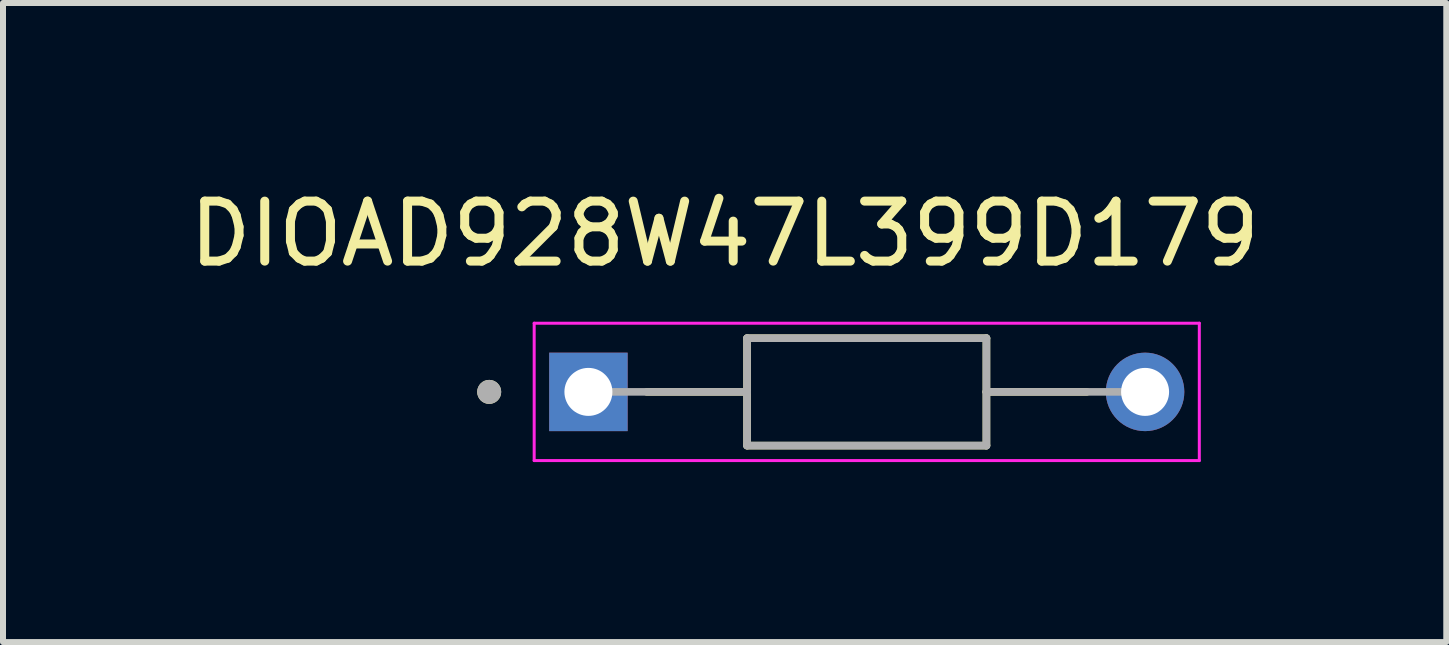
<source format=kicad_pcb>
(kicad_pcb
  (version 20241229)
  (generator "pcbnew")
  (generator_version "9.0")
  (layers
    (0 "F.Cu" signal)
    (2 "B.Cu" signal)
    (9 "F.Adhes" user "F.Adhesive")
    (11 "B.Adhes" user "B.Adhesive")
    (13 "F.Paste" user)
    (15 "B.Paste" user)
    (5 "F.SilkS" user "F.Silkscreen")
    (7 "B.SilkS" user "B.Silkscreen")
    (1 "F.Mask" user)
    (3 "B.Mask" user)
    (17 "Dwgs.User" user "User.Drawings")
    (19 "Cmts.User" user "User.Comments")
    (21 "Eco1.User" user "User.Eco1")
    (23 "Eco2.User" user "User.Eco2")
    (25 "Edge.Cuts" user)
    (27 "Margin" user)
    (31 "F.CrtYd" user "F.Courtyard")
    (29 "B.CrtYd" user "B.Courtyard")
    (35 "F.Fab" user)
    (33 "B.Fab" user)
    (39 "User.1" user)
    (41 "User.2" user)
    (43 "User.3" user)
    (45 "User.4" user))
  (footprint "DIOAD928W47L399D179"
    (layer "F.Cu")
    (at 11.399 3.483)
    (property "Reference" "DIOAD928W47L399D179" (at -2.369 -2.635 0) (layer "F.SilkS") (effects (font (size 1 1) (thickness 0.15))))
    (attr through_hole)
    (fp_line (start -1.995 -0.895) (end -1.995 0) (stroke (width 0.127) (type solid)) (layer "F.SilkS"))
    (fp_line (start -1.995 0) (end -3.666 0) (stroke (width 0.127) (type solid)) (layer "F.SilkS"))
    (fp_line (start -1.995 0) (end -1.995 0.895) (stroke (width 0.127) (type solid)) (layer "F.SilkS"))
    (fp_line (start -1.995 0.895) (end 1.995 0.895) (stroke (width 0.127) (type solid)) (layer "F.SilkS"))
    (fp_line (start 1.995 -0.895) (end -1.995 -0.895) (stroke (width 0.127) (type solid)) (layer "F.SilkS"))
    (fp_line (start 1.995 0) (end 1.995 -0.895) (stroke (width 0.127) (type solid)) (layer "F.SilkS"))
    (fp_line (start 1.995 0) (end 3.666 0) (stroke (width 0.127) (type solid)) (layer "F.SilkS"))
    (fp_line (start 1.995 0.895) (end 1.995 0) (stroke (width 0.127) (type solid)) (layer "F.SilkS"))
    (fp_circle (center -6.294 0) (end -6.194 0) (stroke (width 0.2) (type solid)) (fill no) (layer "F.SilkS"))
    (fp_line (start -5.544 -1.145) (end -5.544 1.145) (stroke (width 0.05) (type solid)) (layer "F.CrtYd"))
    (fp_line (start -5.544 1.145) (end 5.544 1.145) (stroke (width 0.05) (type solid)) (layer "F.CrtYd"))
    (fp_line (start 5.544 -1.145) (end -5.544 -1.145) (stroke (width 0.05) (type solid)) (layer "F.CrtYd"))
    (fp_line (start 5.544 1.145) (end 5.544 -1.145) (stroke (width 0.05) (type solid)) (layer "F.CrtYd"))
    (fp_line (start -1.995 -0.895) (end -1.995 0) (stroke (width 0.127) (type solid)) (layer "F.Fab"))
    (fp_line (start -1.995 0) (end -4.64 0) (stroke (width 0.127) (type solid)) (layer "F.Fab"))
    (fp_line (start -1.995 0) (end -1.995 0.895) (stroke (width 0.127) (type solid)) (layer "F.Fab"))
    (fp_line (start -1.995 0.895) (end 1.995 0.895) (stroke (width 0.127) (type solid)) (layer "F.Fab"))
    (fp_line (start 1.995 -0.895) (end -1.995 -0.895) (stroke (width 0.127) (type solid)) (layer "F.Fab"))
    (fp_line (start 1.995 0) (end 1.995 -0.895) (stroke (width 0.127) (type solid)) (layer "F.Fab"))
    (fp_line (start 1.995 0) (end 4.64 0) (stroke (width 0.127) (type solid)) (layer "F.Fab"))
    (fp_line (start 1.995 0.895) (end 1.995 0) (stroke (width 0.127) (type solid)) (layer "F.Fab"))
    (fp_circle (center -6.294 0) (end -6.194 0) (stroke (width 0.2) (type solid)) (fill no) (layer "F.Fab"))
    (pad "1" thru_hole rect (at -4.64 0) (size 1.308 1.308) (drill 0.8) (layers "*.Cu" "*.Mask"))
    (pad "2" thru_hole circle (at 4.64 0) (size 1.308 1.308) (drill 0.8) (layers "*.Cu" "*.Mask")))
  (gr_rect
    (start -3 -3)
    (end 21.06 7.653)
    (stroke (width 0.1) (type default))
    (fill no)
    (layer "Edge.Cuts")))
</source>
